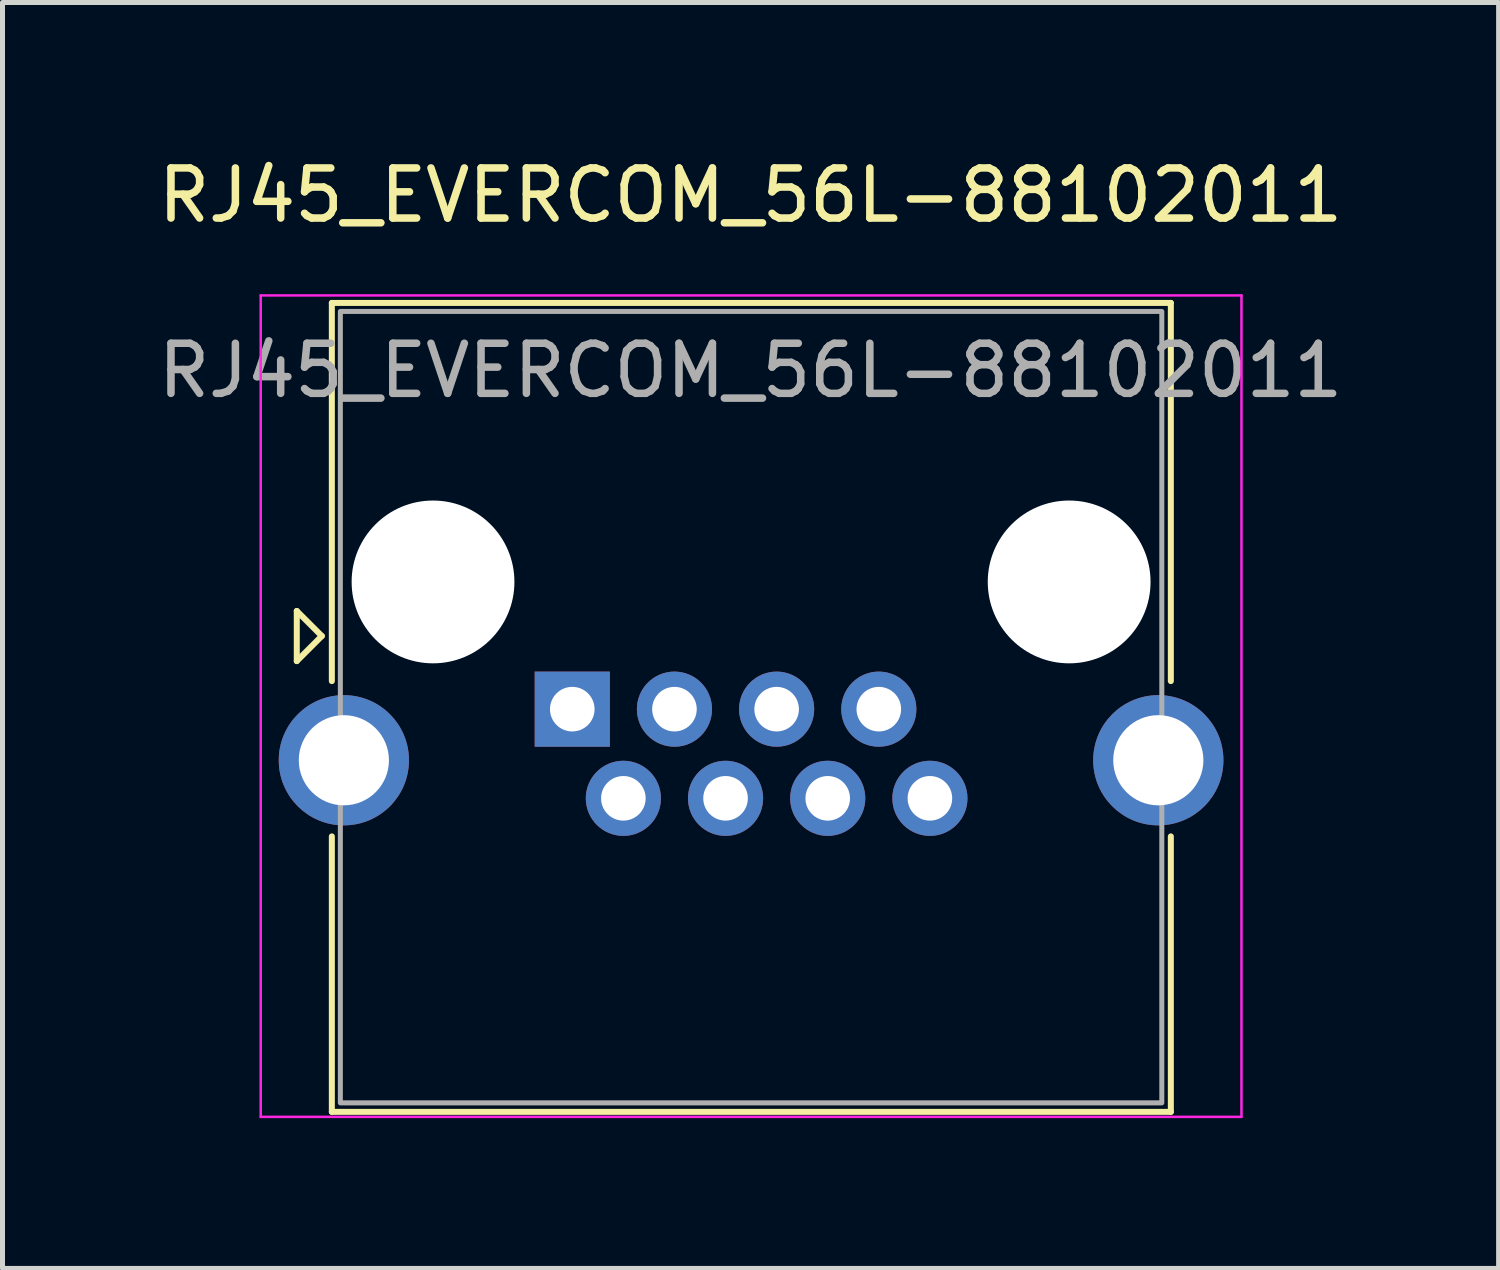
<source format=kicad_pcb>
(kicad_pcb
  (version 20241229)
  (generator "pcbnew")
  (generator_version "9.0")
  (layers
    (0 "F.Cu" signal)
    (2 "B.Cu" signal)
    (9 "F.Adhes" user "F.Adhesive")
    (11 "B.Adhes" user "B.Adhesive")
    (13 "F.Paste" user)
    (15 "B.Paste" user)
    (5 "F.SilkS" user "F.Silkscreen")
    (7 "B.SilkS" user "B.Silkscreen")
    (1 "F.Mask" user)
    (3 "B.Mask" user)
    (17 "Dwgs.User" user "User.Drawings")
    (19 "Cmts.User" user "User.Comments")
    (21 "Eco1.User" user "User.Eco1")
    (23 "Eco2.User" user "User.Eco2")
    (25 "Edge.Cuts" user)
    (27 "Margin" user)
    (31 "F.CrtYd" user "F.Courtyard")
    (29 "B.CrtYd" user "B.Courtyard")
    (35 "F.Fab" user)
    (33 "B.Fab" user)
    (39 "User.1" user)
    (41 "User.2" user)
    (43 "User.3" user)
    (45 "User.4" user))
  (footprint "RJ45_EVERCOM_56L-88102011"
    (layer "F.Cu")
    (at 8.375 10.348)
    (property "Reference" "RJ45_EVERCOM_56L-88102011" (at 3.56 -9.5 0) (layer "F.SilkS") (effects (font (size 1 1) (thickness 0.15))))
    (attr through_hole)
    (fp_line (start -5.5 -1.2) (end -5 -0.7) (stroke (width 0.12) (type solid)) (layer "F.SilkS"))
    (fp_line (start -5.5 -0.2) (end -5.5 -1.2) (stroke (width 0.12) (type solid)) (layer "F.SilkS"))
    (fp_line (start -5 -0.7) (end -5.5 -0.2) (stroke (width 0.12) (type solid)) (layer "F.SilkS"))
    (fp_line (start -4.8 -7.35) (end -4.8 0.2) (stroke (width 0.12) (type solid)) (layer "F.SilkS"))
    (fp_line (start -4.8 -7.35) (end 11.95 -7.35) (stroke (width 0.12) (type solid)) (layer "F.SilkS"))
    (fp_line (start -4.8 8.8) (end -4.8 3.3) (stroke (width 0.12) (type solid)) (layer "F.SilkS"))
    (fp_line (start -4.8 8.8) (end 11.95 8.8) (stroke (width 0.12) (type solid)) (layer "F.SilkS"))
    (fp_line (start 11.95 -7.35) (end 11.95 0.2) (stroke (width 0.12) (type solid)) (layer "F.SilkS"))
    (fp_line (start 11.95 8.8) (end 11.95 3.3) (stroke (width 0.12) (type solid)) (layer "F.SilkS"))
    (fp_line (start -6.22 -7.5) (end -6.22 8.9) (stroke (width 0.05) (type solid)) (layer "F.CrtYd"))
    (fp_line (start -6.22 -7.5) (end 13.36 -7.5) (stroke (width 0.05) (type solid)) (layer "F.CrtYd"))
    (fp_line (start -6.22 8.9) (end 13.36 8.9) (stroke (width 0.05) (type solid)) (layer "F.CrtYd"))
    (fp_line (start 13.36 -7.5) (end 13.36 8.9) (stroke (width 0.05) (type solid)) (layer "F.CrtYd"))
    (fp_rect (start -4.63 -7.18) (end 11.77 8.62) (stroke (width 0.1) (type solid)) (fill no) (layer "F.Fab"))
    (fp_text user "${REFERENCE}" (at 3.56 -6 0) (layer "F.Fab") (effects (font (size 1 1) (thickness 0.15))))
    (pad "" np_thru_hole circle (at -2.78 -1.78) (size 3.25 3.25) (drill 3.25) (layers "*.Cu" "*.Mask"))
    (pad "" np_thru_hole circle (at 9.92 -1.78) (size 3.25 3.25) (drill 3.25) (layers "*.Cu" "*.Mask"))
    (pad "1" thru_hole rect (at 0 0.76) (size 1.5 1.5) (drill 0.89) (layers "*.Cu" "*.Mask"))
    (pad "2" thru_hole circle (at 1.02 2.54) (size 1.5 1.5) (drill 0.89) (layers "*.Cu" "*.Mask"))
    (pad "3" thru_hole circle (at 2.04 0.76) (size 1.5 1.5) (drill 0.89) (layers "*.Cu" "*.Mask"))
    (pad "4" thru_hole circle (at 3.06 2.54) (size 1.5 1.5) (drill 0.89) (layers "*.Cu" "*.Mask"))
    (pad "5" thru_hole circle (at 4.08 0.76) (size 1.5 1.5) (drill 0.89) (layers "*.Cu" "*.Mask"))
    (pad "6" thru_hole circle (at 5.1 2.54) (size 1.5 1.5) (drill 0.89) (layers "*.Cu" "*.Mask"))
    (pad "7" thru_hole circle (at 6.12 0.76) (size 1.5 1.5) (drill 0.89) (layers "*.Cu" "*.Mask"))
    (pad "8" thru_hole circle (at 7.14 2.54) (size 1.5 1.5) (drill 0.89) (layers "*.Cu" "*.Mask"))
    (pad "SH" thru_hole circle (at -4.56 1.78) (size 2.6 2.6) (drill 1.8) (layers "*.Cu" "*.Mask"))
    (pad "SH" thru_hole circle (at 11.7 1.78) (size 2.6 2.6) (drill 1.8) (layers "*.Cu" "*.Mask")))
  (gr_rect
    (start -3 -3)
    (end 26.869 22.273)
    (stroke (width 0.1) (type default))
    (fill no)
    (layer "Edge.Cuts")))
</source>
